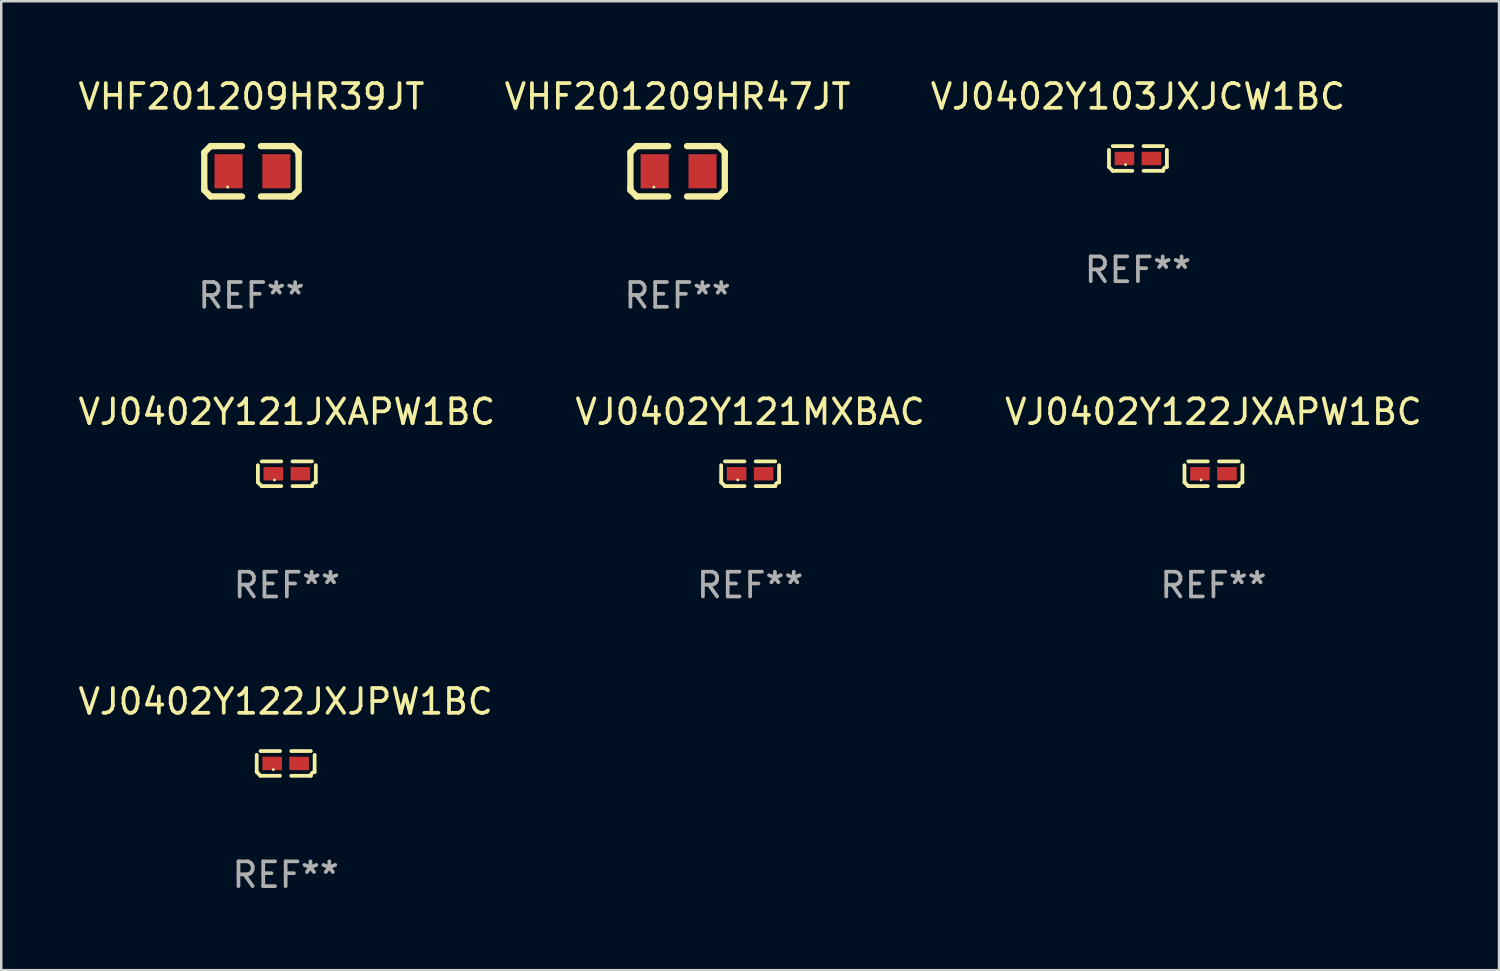
<source format=kicad_pcb>
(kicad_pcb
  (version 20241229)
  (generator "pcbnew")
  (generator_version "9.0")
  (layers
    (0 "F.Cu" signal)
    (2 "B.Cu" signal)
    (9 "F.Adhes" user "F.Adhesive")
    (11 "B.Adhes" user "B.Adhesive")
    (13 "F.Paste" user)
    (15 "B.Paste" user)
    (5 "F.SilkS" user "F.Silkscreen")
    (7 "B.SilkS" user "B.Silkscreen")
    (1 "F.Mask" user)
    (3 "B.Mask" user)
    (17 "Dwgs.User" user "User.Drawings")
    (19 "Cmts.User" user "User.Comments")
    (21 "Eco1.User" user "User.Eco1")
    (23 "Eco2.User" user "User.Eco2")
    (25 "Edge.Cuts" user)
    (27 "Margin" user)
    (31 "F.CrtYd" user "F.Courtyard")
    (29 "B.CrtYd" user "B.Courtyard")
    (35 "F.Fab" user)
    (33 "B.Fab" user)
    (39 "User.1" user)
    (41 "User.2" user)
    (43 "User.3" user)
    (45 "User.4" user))
  (footprint "VJ0402Y121MXBAC"
    (layer "F.Cu")
    (at 27.232 16.075)
    (property "Reference" "VJ0402Y121MXBAC" (at 0 -2.499 0) (layer "F.SilkS") (effects (font (size 1 1) (thickness 0.15))))
    (attr through_hole)
    (fp_line (start -1.169 0.346) (end -1.169 -0.346) (stroke (width 0.152) (type solid)) (layer "F.SilkS"))
    (fp_line (start -1.016 -0.499) (end -0.226 -0.499) (stroke (width 0.152) (type solid)) (layer "F.SilkS"))
    (fp_line (start -0.226 0.499) (end -1.016 0.499) (stroke (width 0.152) (type solid)) (layer "F.SilkS"))
    (fp_line (start 0.226 0.499) (end 1.016 0.499) (stroke (width 0.152) (type solid)) (layer "F.SilkS"))
    (fp_line (start 1.016 -0.499) (end 0.226 -0.499) (stroke (width 0.152) (type solid)) (layer "F.SilkS"))
    (fp_line (start 1.169 0.346) (end 1.169 -0.346) (stroke (width 0.152) (type solid)) (layer "F.SilkS"))
    (fp_arc (start -1.016307 0.498603) (mid -1.092512 0.422405) (end -1.16871 0.3462) (stroke (width 0.1524) (type solid)) (layer "F.SilkS"))
    (fp_arc (start 1.016307 0.498603) (mid 1.060899 0.390758) (end 1.168707 0.346076) (stroke (width 0.1524) (type solid)) (layer "F.SilkS"))
    (fp_circle (center -0.5 0.25) (end -0.47 0.25) (stroke (width 0.06) (type solid)) (fill no) (layer "F.SilkS"))
    (fp_text user "REF**" (at 0 4.499 0) (layer "F.Fab") (effects (font (size 1 1) (thickness 0.15))))
    (pad "1" smd rect (at -0.545 0) (size 0.79 0.54) (layers "F.Cu" "F.Mask" "F.Paste"))
    (pad "2" smd rect (at 0.545 0) (size 0.79 0.54) (layers "F.Cu" "F.Mask" "F.Paste")))
  (footprint "VJ0402Y122JXJPW1BC"
    (layer "F.Cu")
    (at 8.482 27.769)
    (property "Reference" "VJ0402Y122JXJPW1BC" (at 0 -2.499 0) (layer "F.SilkS") (effects (font (size 1 1) (thickness 0.15))))
    (attr through_hole)
    (fp_line (start -1.169 0.346) (end -1.169 -0.346) (stroke (width 0.152) (type solid)) (layer "F.SilkS"))
    (fp_line (start -1.016 -0.499) (end -0.226 -0.499) (stroke (width 0.152) (type solid)) (layer "F.SilkS"))
    (fp_line (start -0.226 0.499) (end -1.016 0.499) (stroke (width 0.152) (type solid)) (layer "F.SilkS"))
    (fp_line (start 0.226 0.499) (end 1.016 0.499) (stroke (width 0.152) (type solid)) (layer "F.SilkS"))
    (fp_line (start 1.016 -0.499) (end 0.226 -0.499) (stroke (width 0.152) (type solid)) (layer "F.SilkS"))
    (fp_line (start 1.169 0.346) (end 1.169 -0.346) (stroke (width 0.152) (type solid)) (layer "F.SilkS"))
    (fp_arc (start -1.016307 0.498603) (mid -1.092512 0.422405) (end -1.16871 0.3462) (stroke (width 0.1524) (type solid)) (layer "F.SilkS"))
    (fp_arc (start 1.016307 0.498603) (mid 1.060899 0.390758) (end 1.168707 0.346076) (stroke (width 0.1524) (type solid)) (layer "F.SilkS"))
    (fp_circle (center -0.5 0.25) (end -0.47 0.25) (stroke (width 0.06) (type solid)) (fill no) (layer "F.SilkS"))
    (fp_text user "REF**" (at 0 4.499 0) (layer "F.Fab") (effects (font (size 1 1) (thickness 0.15))))
    (pad "1" smd rect (at -0.545 0) (size 0.79 0.54) (layers "F.Cu" "F.Mask" "F.Paste"))
    (pad "2" smd rect (at 0.545 0) (size 0.79 0.54) (layers "F.Cu" "F.Mask" "F.Paste")))
  (footprint "VHF201209HR39JT"
    (layer "F.Cu")
    (at 7.101 3.864)
    (property "Reference" "VHF201209HR39JT" (at 0 -3.016 0) (layer "F.SilkS") (effects (font (size 1 1) (thickness 0.15))))
    (attr through_hole)
    (fp_line (start -1.905 -0.762) (end -1.905 0.635) (stroke (width 0.254) (type solid)) (layer "F.SilkS"))
    (fp_line (start -1.905 0.635) (end -1.905 0.762) (stroke (width 0.254) (type solid)) (layer "F.SilkS"))
    (fp_line (start -1.905 0.762) (end -1.651 1.016) (stroke (width 0.254) (type solid)) (layer "F.SilkS"))
    (fp_line (start -1.651 -1.016) (end -1.905 -0.762) (stroke (width 0.254) (type solid)) (layer "F.SilkS"))
    (fp_line (start -1.651 1.016) (end -0.381 1.016) (stroke (width 0.254) (type solid)) (layer "F.SilkS"))
    (fp_line (start -1.524 -1.016) (end -1.651 -1.016) (stroke (width 0.254) (type solid)) (layer "F.SilkS"))
    (fp_line (start -0.381 -1.016) (end -1.524 -1.016) (stroke (width 0.254) (type solid)) (layer "F.SilkS"))
    (fp_line (start 0.381 1.016) (end 1.524 1.016) (stroke (width 0.254) (type solid)) (layer "F.SilkS"))
    (fp_line (start 1.524 1.016) (end 1.651 1.016) (stroke (width 0.254) (type solid)) (layer "F.SilkS"))
    (fp_line (start 1.651 -1.016) (end 0.381 -1.016) (stroke (width 0.254) (type solid)) (layer "F.SilkS"))
    (fp_line (start 1.651 1.016) (end 1.905 0.762) (stroke (width 0.254) (type solid)) (layer "F.SilkS"))
    (fp_line (start 1.905 -0.762) (end 1.651 -1.016) (stroke (width 0.254) (type solid)) (layer "F.SilkS"))
    (fp_line (start 1.905 -0.635) (end 1.905 -0.762) (stroke (width 0.254) (type solid)) (layer "F.SilkS"))
    (fp_line (start 1.905 0.762) (end 1.905 -0.635) (stroke (width 0.254) (type solid)) (layer "F.SilkS"))
    (fp_circle (center -0.96 0.637) (end -0.93 0.637) (stroke (width 0.06) (type solid)) (fill no) (layer "F.SilkS"))
    (fp_text user "REF**" (at 0 5.016 0) (layer "F.Fab") (effects (font (size 1 1) (thickness 0.15))))
    (pad "1" smd rect (at -0.926 -0.000051) (size 1.133 1.377) (layers "F.Cu" "F.Mask" "F.Paste"))
    (pad "2" smd rect (at 1.006 -0.000051) (size 1.133 1.377) (layers "F.Cu" "F.Mask" "F.Paste")))
  (footprint "VJ0402Y121JXAPW1BC"
    (layer "F.Cu")
    (at 8.53 16.075)
    (property "Reference" "VJ0402Y121JXAPW1BC" (at 0 -2.499 0) (layer "F.SilkS") (effects (font (size 1 1) (thickness 0.15))))
    (attr through_hole)
    (fp_line (start -1.169 0.346) (end -1.169 -0.346) (stroke (width 0.152) (type solid)) (layer "F.SilkS"))
    (fp_line (start -1.016 -0.499) (end -0.226 -0.499) (stroke (width 0.152) (type solid)) (layer "F.SilkS"))
    (fp_line (start -0.226 0.499) (end -1.016 0.499) (stroke (width 0.152) (type solid)) (layer "F.SilkS"))
    (fp_line (start 0.226 0.499) (end 1.016 0.499) (stroke (width 0.152) (type solid)) (layer "F.SilkS"))
    (fp_line (start 1.016 -0.499) (end 0.226 -0.499) (stroke (width 0.152) (type solid)) (layer "F.SilkS"))
    (fp_line (start 1.169 0.346) (end 1.169 -0.346) (stroke (width 0.152) (type solid)) (layer "F.SilkS"))
    (fp_arc (start -1.016307 0.498603) (mid -1.092512 0.422405) (end -1.16871 0.3462) (stroke (width 0.1524) (type solid)) (layer "F.SilkS"))
    (fp_arc (start 1.016307 0.498603) (mid 1.060899 0.390758) (end 1.168707 0.346076) (stroke (width 0.1524) (type solid)) (layer "F.SilkS"))
    (fp_circle (center -0.5 0.25) (end -0.47 0.25) (stroke (width 0.06) (type solid)) (fill no) (layer "F.SilkS"))
    (fp_text user "REF**" (at 0 4.499 0) (layer "F.Fab") (effects (font (size 1 1) (thickness 0.15))))
    (pad "1" smd rect (at -0.545 0) (size 0.79 0.54) (layers "F.Cu" "F.Mask" "F.Paste"))
    (pad "2" smd rect (at 0.545 0) (size 0.79 0.54) (layers "F.Cu" "F.Mask" "F.Paste")))
  (footprint "VJ0402Y103JXJCW1BC"
    (layer "F.Cu")
    (at 42.887 3.347)
    (property "Reference" "VJ0402Y103JXJCW1BC" (at 0 -2.499 0) (layer "F.SilkS") (effects (font (size 1 1) (thickness 0.15))))
    (attr through_hole)
    (fp_line (start -1.169 0.346) (end -1.169 -0.346) (stroke (width 0.152) (type solid)) (layer "F.SilkS"))
    (fp_line (start -1.016 -0.499) (end -0.226 -0.499) (stroke (width 0.152) (type solid)) (layer "F.SilkS"))
    (fp_line (start -0.226 0.499) (end -1.016 0.499) (stroke (width 0.152) (type solid)) (layer "F.SilkS"))
    (fp_line (start 0.226 0.499) (end 1.016 0.499) (stroke (width 0.152) (type solid)) (layer "F.SilkS"))
    (fp_line (start 1.016 -0.499) (end 0.226 -0.499) (stroke (width 0.152) (type solid)) (layer "F.SilkS"))
    (fp_line (start 1.169 0.346) (end 1.169 -0.346) (stroke (width 0.152) (type solid)) (layer "F.SilkS"))
    (fp_arc (start -1.016307 0.498603) (mid -1.092512 0.422405) (end -1.16871 0.3462) (stroke (width 0.1524) (type solid)) (layer "F.SilkS"))
    (fp_arc (start 1.016307 0.498603) (mid 1.060899 0.390758) (end 1.168707 0.346076) (stroke (width 0.1524) (type solid)) (layer "F.SilkS"))
    (fp_circle (center -0.5 0.25) (end -0.47 0.25) (stroke (width 0.06) (type solid)) (fill no) (layer "F.SilkS"))
    (fp_text user "REF**" (at 0 4.499 0) (layer "F.Fab") (effects (font (size 1 1) (thickness 0.15))))
    (pad "1" smd rect (at -0.545 0) (size 0.79 0.54) (layers "F.Cu" "F.Mask" "F.Paste"))
    (pad "2" smd rect (at 0.545 0) (size 0.79 0.54) (layers "F.Cu" "F.Mask" "F.Paste")))
  (footprint "VJ0402Y122JXAPW1BC"
    (layer "F.Cu")
    (at 45.935 16.075)
    (property "Reference" "VJ0402Y122JXAPW1BC" (at 0 -2.499 0) (layer "F.SilkS") (effects (font (size 1 1) (thickness 0.15))))
    (attr through_hole)
    (fp_line (start -1.169 0.346) (end -1.169 -0.346) (stroke (width 0.152) (type solid)) (layer "F.SilkS"))
    (fp_line (start -1.016 -0.499) (end -0.226 -0.499) (stroke (width 0.152) (type solid)) (layer "F.SilkS"))
    (fp_line (start -0.226 0.499) (end -1.016 0.499) (stroke (width 0.152) (type solid)) (layer "F.SilkS"))
    (fp_line (start 0.226 0.499) (end 1.016 0.499) (stroke (width 0.152) (type solid)) (layer "F.SilkS"))
    (fp_line (start 1.016 -0.499) (end 0.226 -0.499) (stroke (width 0.152) (type solid)) (layer "F.SilkS"))
    (fp_line (start 1.169 0.346) (end 1.169 -0.346) (stroke (width 0.152) (type solid)) (layer "F.SilkS"))
    (fp_arc (start -1.016307 0.498603) (mid -1.092512 0.422405) (end -1.16871 0.3462) (stroke (width 0.1524) (type solid)) (layer "F.SilkS"))
    (fp_arc (start 1.016307 0.498603) (mid 1.060899 0.390758) (end 1.168707 0.346076) (stroke (width 0.1524) (type solid)) (layer "F.SilkS"))
    (fp_circle (center -0.5 0.25) (end -0.47 0.25) (stroke (width 0.06) (type solid)) (fill no) (layer "F.SilkS"))
    (fp_text user "REF**" (at 0 4.499 0) (layer "F.Fab") (effects (font (size 1 1) (thickness 0.15))))
    (pad "1" smd rect (at -0.545 0) (size 0.79 0.54) (layers "F.Cu" "F.Mask" "F.Paste"))
    (pad "2" smd rect (at 0.545 0) (size 0.79 0.54) (layers "F.Cu" "F.Mask" "F.Paste")))
  (footprint "VHF201209HR47JT"
    (layer "F.Cu")
    (at 24.304 3.864)
    (property "Reference" "VHF201209HR47JT" (at 0 -3.016 0) (layer "F.SilkS") (effects (font (size 1 1) (thickness 0.15))))
    (attr through_hole)
    (fp_line (start -1.905 -0.762) (end -1.905 0.635) (stroke (width 0.254) (type solid)) (layer "F.SilkS"))
    (fp_line (start -1.905 0.635) (end -1.905 0.762) (stroke (width 0.254) (type solid)) (layer "F.SilkS"))
    (fp_line (start -1.905 0.762) (end -1.651 1.016) (stroke (width 0.254) (type solid)) (layer "F.SilkS"))
    (fp_line (start -1.651 -1.016) (end -1.905 -0.762) (stroke (width 0.254) (type solid)) (layer "F.SilkS"))
    (fp_line (start -1.651 1.016) (end -0.381 1.016) (stroke (width 0.254) (type solid)) (layer "F.SilkS"))
    (fp_line (start -1.524 -1.016) (end -1.651 -1.016) (stroke (width 0.254) (type solid)) (layer "F.SilkS"))
    (fp_line (start -0.381 -1.016) (end -1.524 -1.016) (stroke (width 0.254) (type solid)) (layer "F.SilkS"))
    (fp_line (start 0.381 1.016) (end 1.524 1.016) (stroke (width 0.254) (type solid)) (layer "F.SilkS"))
    (fp_line (start 1.524 1.016) (end 1.651 1.016) (stroke (width 0.254) (type solid)) (layer "F.SilkS"))
    (fp_line (start 1.651 -1.016) (end 0.381 -1.016) (stroke (width 0.254) (type solid)) (layer "F.SilkS"))
    (fp_line (start 1.651 1.016) (end 1.905 0.762) (stroke (width 0.254) (type solid)) (layer "F.SilkS"))
    (fp_line (start 1.905 -0.762) (end 1.651 -1.016) (stroke (width 0.254) (type solid)) (layer "F.SilkS"))
    (fp_line (start 1.905 -0.635) (end 1.905 -0.762) (stroke (width 0.254) (type solid)) (layer "F.SilkS"))
    (fp_line (start 1.905 0.762) (end 1.905 -0.635) (stroke (width 0.254) (type solid)) (layer "F.SilkS"))
    (fp_circle (center -0.96 0.637) (end -0.93 0.637) (stroke (width 0.06) (type solid)) (fill no) (layer "F.SilkS"))
    (fp_text user "REF**" (at 0 5.016 0) (layer "F.Fab") (effects (font (size 1 1) (thickness 0.15))))
    (pad "1" smd rect (at -0.926 -0.000051) (size 1.133 1.377) (layers "F.Cu" "F.Mask" "F.Paste"))
    (pad "2" smd rect (at 1.006 -0.000051) (size 1.133 1.377) (layers "F.Cu" "F.Mask" "F.Paste")))
  (gr_rect
    (start -3 -3)
    (end 57.464 36.116)
    (stroke (width 0.1) (type default))
    (fill no)
    (layer "Edge.Cuts")))
</source>
